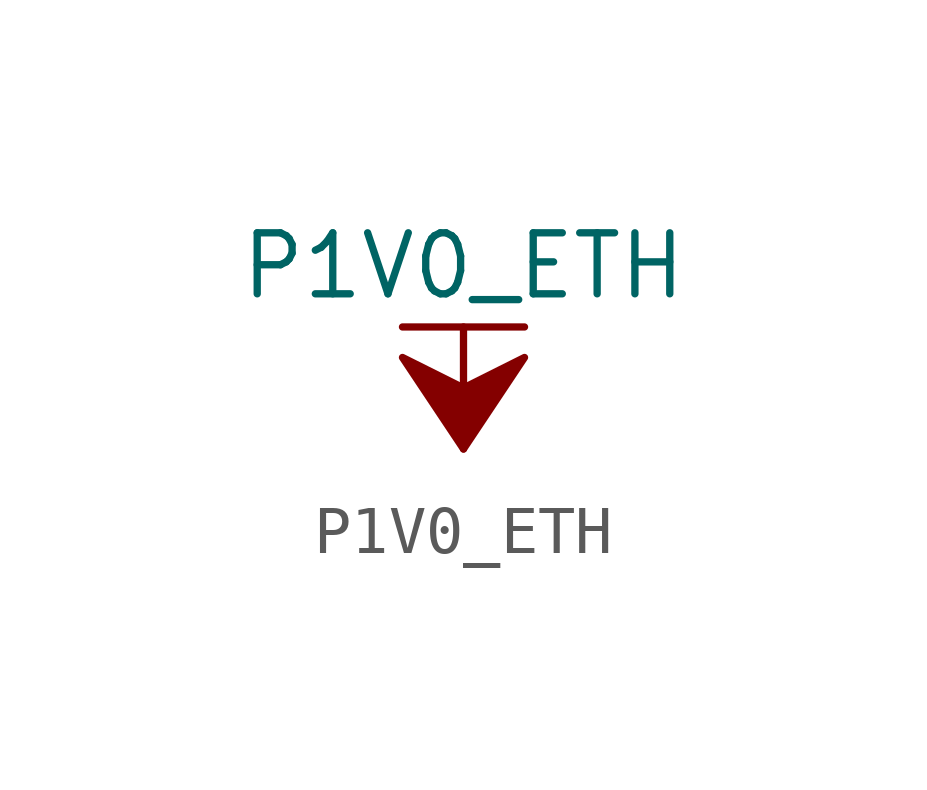
<source format=kicad_sym>
(kicad_symbol_lib
  (version 20211014)
  (generator kicad_symbol_editor)
  (symbol "P1V0_ETH"
    (power)
    (pin_names
      (offset 0))
    (property "Reference" "#PWR"
      (at 0 -3.81 0)
      (effects (font (size 1.27 1.27)) hide))
    (property "Value" "P1V0_ETH"
      (at 0 3.81 0)
      (effects (font (size 1.27 1.27))))
    (symbol "P1V0_ETH_0_1"
      (polyline (pts (xy -1.27 2.54) (xy 1.27 2.54)) (stroke (width 0.152) (type default) (color 0 0 0 0)) (fill (type none)))
      (polyline (pts (xy 0 0) (xy 0 2.54)) (stroke (width 0.152) (type default) (color 0 0 0 0)) (fill (type none)))
      (polyline (pts (xy 0 0) (xy 1.27 1.905) (xy 0 1.27) (xy -1.27 1.905) (xy 0 0)) (stroke (width 0.152) (type default) (color 0 0 0 0)) (fill (type outline))))
    (symbol "P1V0_ETH_1_1"
      (pin power_in line (at 0 0 90) (length 0) hide (name "P1V0_ETH" (effects (font (size 1.27 1.27)))) (number "1" (effects (font (size 1.27 1.27))))))))
</source>
